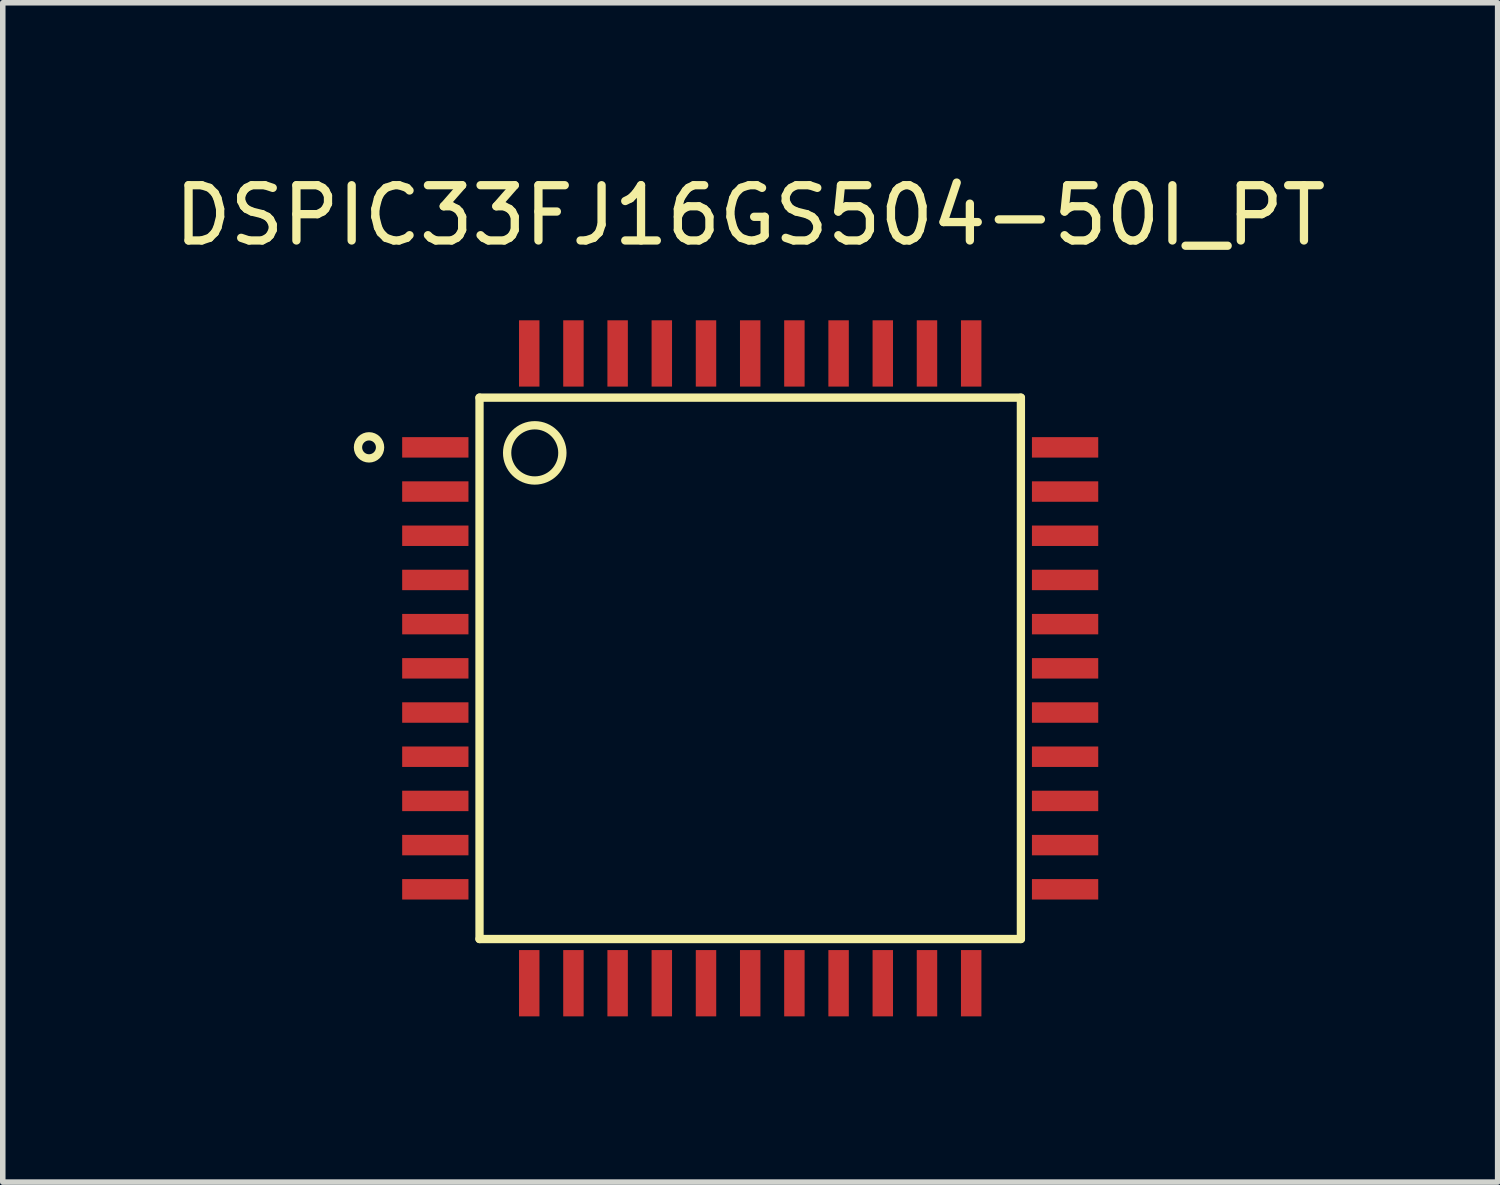
<source format=kicad_pcb>
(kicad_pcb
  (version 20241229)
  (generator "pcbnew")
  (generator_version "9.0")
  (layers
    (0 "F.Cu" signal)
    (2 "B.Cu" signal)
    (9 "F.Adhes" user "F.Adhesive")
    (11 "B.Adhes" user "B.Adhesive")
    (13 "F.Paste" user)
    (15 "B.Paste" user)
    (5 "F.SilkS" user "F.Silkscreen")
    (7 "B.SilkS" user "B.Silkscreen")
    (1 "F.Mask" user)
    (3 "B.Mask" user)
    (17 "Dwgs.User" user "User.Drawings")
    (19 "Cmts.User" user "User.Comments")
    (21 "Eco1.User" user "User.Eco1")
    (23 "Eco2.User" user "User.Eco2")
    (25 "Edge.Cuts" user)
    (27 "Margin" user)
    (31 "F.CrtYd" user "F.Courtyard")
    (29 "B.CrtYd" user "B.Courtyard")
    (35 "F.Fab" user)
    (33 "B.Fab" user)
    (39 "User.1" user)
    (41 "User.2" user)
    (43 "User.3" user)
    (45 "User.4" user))
  (footprint "DSPIC33FJ16GS504-50I_PT"
    (layer "F.Cu")
    (at 4.83 3.348)
    (property "Reference" "DSPIC33FJ16GS504-50I_PT" (at 5.7 -2.5 0) (layer "F.SilkS") (effects (font (size 1 1) (thickness 0.15))))
    (attr through_hole)
    (fp_line (start 0.8 0.8) (end 0.8 10.6) (stroke (width 0.15) (type solid)) (layer "F.SilkS"))
    (fp_line (start 0.8 0.8) (end 10.6 0.8) (stroke (width 0.15) (type solid)) (layer "F.SilkS"))
    (fp_line (start 0.8 10.6) (end 10.6 10.6) (stroke (width 0.15) (type solid)) (layer "F.SilkS"))
    (fp_line (start 10.6 10.6) (end 10.6 0.8) (stroke (width 0.15) (type solid)) (layer "F.SilkS"))
    (fp_circle (center -1.2 1.7) (end -1.2 1.5) (stroke (width 0.15) (type solid)) (fill no) (layer "F.SilkS"))
    (fp_circle (center 1.8 1.8) (end 1.8 1.3) (stroke (width 0.15) (type solid)) (fill no) (layer "F.SilkS"))
    (pad "1" smd rect (at 0 1.7) (size 1.2 0.37) (layers "F.Cu" "F.Mask" "F.Paste"))
    (pad "2" smd rect (at 0 2.5) (size 1.2 0.37) (layers "F.Cu" "F.Mask" "F.Paste"))
    (pad "3" smd rect (at 0 3.3) (size 1.2 0.37) (layers "F.Cu" "F.Mask" "F.Paste"))
    (pad "4" smd rect (at 0 4.1) (size 1.2 0.37) (layers "F.Cu" "F.Mask" "F.Paste"))
    (pad "5" smd rect (at 0 4.9) (size 1.2 0.37) (layers "F.Cu" "F.Mask" "F.Paste"))
    (pad "6" smd rect (at 0 5.7) (size 1.2 0.37) (layers "F.Cu" "F.Mask" "F.Paste"))
    (pad "7" smd rect (at 0 6.5) (size 1.2 0.37) (layers "F.Cu" "F.Mask" "F.Paste"))
    (pad "8" smd rect (at 0 7.3) (size 1.2 0.37) (layers "F.Cu" "F.Mask" "F.Paste"))
    (pad "9" smd rect (at 0 8.1) (size 1.2 0.37) (layers "F.Cu" "F.Mask" "F.Paste"))
    (pad "10" smd rect (at 0 8.9) (size 1.2 0.37) (layers "F.Cu" "F.Mask" "F.Paste"))
    (pad "11" smd rect (at 0 9.7) (size 1.2 0.37) (layers "F.Cu" "F.Mask" "F.Paste"))
    (pad "12" smd rect (at 1.7 11.4) (size 0.37 1.2) (layers "F.Cu" "F.Mask" "F.Paste"))
    (pad "13" smd rect (at 2.5 11.4) (size 0.37 1.2) (layers "F.Cu" "F.Mask" "F.Paste"))
    (pad "14" smd rect (at 3.3 11.4) (size 0.37 1.2) (layers "F.Cu" "F.Mask" "F.Paste"))
    (pad "15" smd rect (at 4.1 11.4) (size 0.37 1.2) (layers "F.Cu" "F.Mask" "F.Paste"))
    (pad "16" smd rect (at 4.9 11.4) (size 0.37 1.2) (layers "F.Cu" "F.Mask" "F.Paste"))
    (pad "17" smd rect (at 5.7 11.4) (size 0.37 1.2) (layers "F.Cu" "F.Mask" "F.Paste"))
    (pad "18" smd rect (at 6.5 11.4) (size 0.37 1.2) (layers "F.Cu" "F.Mask" "F.Paste"))
    (pad "19" smd rect (at 7.3 11.4) (size 0.37 1.2) (layers "F.Cu" "F.Mask" "F.Paste"))
    (pad "20" smd rect (at 8.1 11.4) (size 0.37 1.2) (layers "F.Cu" "F.Mask" "F.Paste"))
    (pad "21" smd rect (at 8.9 11.4) (size 0.37 1.2) (layers "F.Cu" "F.Mask" "F.Paste"))
    (pad "22" smd rect (at 9.7 11.4) (size 0.37 1.2) (layers "F.Cu" "F.Mask" "F.Paste"))
    (pad "23" smd rect (at 11.4 9.7) (size 1.2 0.37) (layers "F.Cu" "F.Mask" "F.Paste"))
    (pad "24" smd rect (at 11.4 8.9) (size 1.2 0.37) (layers "F.Cu" "F.Mask" "F.Paste"))
    (pad "25" smd rect (at 11.4 8.1) (size 1.2 0.37) (layers "F.Cu" "F.Mask" "F.Paste"))
    (pad "26" smd rect (at 11.4 7.3) (size 1.2 0.37) (layers "F.Cu" "F.Mask" "F.Paste"))
    (pad "27" smd rect (at 11.4 6.5) (size 1.2 0.37) (layers "F.Cu" "F.Mask" "F.Paste"))
    (pad "28" smd rect (at 11.4 5.7) (size 1.2 0.37) (layers "F.Cu" "F.Mask" "F.Paste"))
    (pad "29" smd rect (at 11.4 4.9) (size 1.2 0.37) (layers "F.Cu" "F.Mask" "F.Paste"))
    (pad "30" smd rect (at 11.4 4.1) (size 1.2 0.37) (layers "F.Cu" "F.Mask" "F.Paste"))
    (pad "31" smd rect (at 11.4 3.3) (size 1.2 0.37) (layers "F.Cu" "F.Mask" "F.Paste"))
    (pad "32" smd rect (at 11.4 2.5) (size 1.2 0.37) (layers "F.Cu" "F.Mask" "F.Paste"))
    (pad "33" smd rect (at 11.4 1.7) (size 1.2 0.37) (layers "F.Cu" "F.Mask" "F.Paste"))
    (pad "34" smd rect (at 9.7 0) (size 0.37 1.2) (layers "F.Cu" "F.Mask" "F.Paste"))
    (pad "35" smd rect (at 8.9 0) (size 0.37 1.2) (layers "F.Cu" "F.Mask" "F.Paste"))
    (pad "36" smd rect (at 8.1 0) (size 0.37 1.2) (layers "F.Cu" "F.Mask" "F.Paste"))
    (pad "37" smd rect (at 7.3 0) (size 0.37 1.2) (layers "F.Cu" "F.Mask" "F.Paste"))
    (pad "38" smd rect (at 6.5 0) (size 0.37 1.2) (layers "F.Cu" "F.Mask" "F.Paste"))
    (pad "39" smd rect (at 5.7 0) (size 0.37 1.2) (layers "F.Cu" "F.Mask" "F.Paste"))
    (pad "40" smd rect (at 4.9 0) (size 0.37 1.2) (layers "F.Cu" "F.Mask" "F.Paste"))
    (pad "41" smd rect (at 4.1 0) (size 0.37 1.2) (layers "F.Cu" "F.Mask" "F.Paste"))
    (pad "42" smd rect (at 3.3 0) (size 0.37 1.2) (layers "F.Cu" "F.Mask" "F.Paste"))
    (pad "43" smd rect (at 2.5 0) (size 0.37 1.2) (layers "F.Cu" "F.Mask" "F.Paste"))
    (pad "44" smd rect (at 1.7 0) (size 0.37 1.2) (layers "F.Cu" "F.Mask" "F.Paste")))
  (gr_rect
    (start -3 -3)
    (end 24.06 18.348)
    (stroke (width 0.1) (type default))
    (fill no)
    (layer "Edge.Cuts")))
</source>
